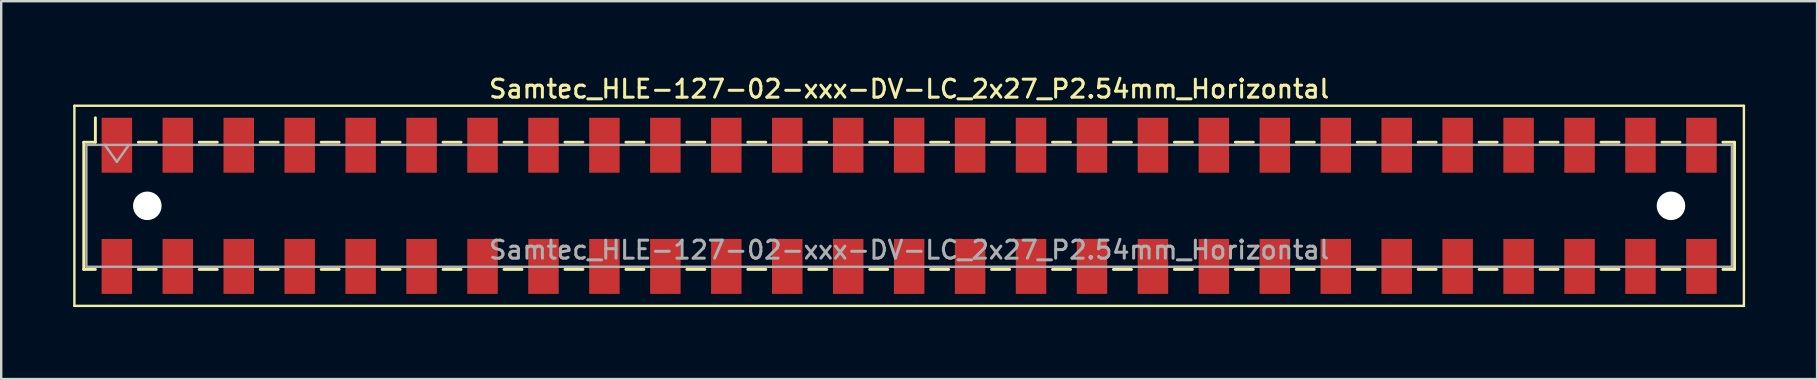
<source format=kicad_pcb>
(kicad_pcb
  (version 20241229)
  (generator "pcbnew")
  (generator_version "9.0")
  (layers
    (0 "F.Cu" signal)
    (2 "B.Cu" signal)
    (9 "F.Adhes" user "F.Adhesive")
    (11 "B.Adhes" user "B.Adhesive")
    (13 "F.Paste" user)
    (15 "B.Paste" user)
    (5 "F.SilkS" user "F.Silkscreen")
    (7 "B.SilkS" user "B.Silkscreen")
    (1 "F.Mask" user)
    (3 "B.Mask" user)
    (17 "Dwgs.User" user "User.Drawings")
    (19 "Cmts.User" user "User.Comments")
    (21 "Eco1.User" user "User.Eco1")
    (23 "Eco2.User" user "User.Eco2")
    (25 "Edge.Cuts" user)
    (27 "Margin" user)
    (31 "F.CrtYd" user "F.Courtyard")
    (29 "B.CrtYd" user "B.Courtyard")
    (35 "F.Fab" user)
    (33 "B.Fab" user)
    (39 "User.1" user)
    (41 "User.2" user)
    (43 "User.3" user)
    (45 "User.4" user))
  (footprint "Samtec_HLE-127-02-xxx-DV-LC_2x27_P2.54mm_Horizontal"
    (layer "F.Cu")
    (at 34.84 5.528)
    (property "Reference" "Samtec_HLE-127-02-xxx-DV-LC_2x27_P2.54mm_Horizontal" (at 0 -4.87 0) (layer "F.SilkS") (effects (font (size 0.75 0.75) (thickness 0.125))))
    (attr smd)
    (fp_line (start -34.79 -4.17) (end 34.79 -4.17) (stroke (width 0.1) (type solid)) (layer "F.SilkS"))
    (fp_line (start -34.79 4.17) (end -34.79 -4.17) (stroke (width 0.1) (type solid)) (layer "F.SilkS"))
    (fp_line (start -34.4 -2.65) (end -34.4 2.65) (stroke (width 0.12) (type solid)) (layer "F.SilkS"))
    (fp_line (start -34.4 2.65) (end -33.915 2.65) (stroke (width 0.12) (type solid)) (layer "F.SilkS"))
    (fp_line (start -33.915 -3.67) (end -33.915 -2.65) (stroke (width 0.12) (type solid)) (layer "F.SilkS"))
    (fp_line (start -33.915 -2.65) (end -34.4 -2.65) (stroke (width 0.12) (type solid)) (layer "F.SilkS"))
    (fp_line (start -32.125 -2.65) (end -31.375 -2.65) (stroke (width 0.12) (type solid)) (layer "F.SilkS"))
    (fp_line (start -32.125 2.65) (end -31.375 2.65) (stroke (width 0.12) (type solid)) (layer "F.SilkS"))
    (fp_line (start -29.585 -2.65) (end -28.835 -2.65) (stroke (width 0.12) (type solid)) (layer "F.SilkS"))
    (fp_line (start -29.585 2.65) (end -28.835 2.65) (stroke (width 0.12) (type solid)) (layer "F.SilkS"))
    (fp_line (start -27.045 -2.65) (end -26.295 -2.65) (stroke (width 0.12) (type solid)) (layer "F.SilkS"))
    (fp_line (start -27.045 2.65) (end -26.295 2.65) (stroke (width 0.12) (type solid)) (layer "F.SilkS"))
    (fp_line (start -24.505 -2.65) (end -23.755 -2.65) (stroke (width 0.12) (type solid)) (layer "F.SilkS"))
    (fp_line (start -24.505 2.65) (end -23.755 2.65) (stroke (width 0.12) (type solid)) (layer "F.SilkS"))
    (fp_line (start -21.965 -2.65) (end -21.215 -2.65) (stroke (width 0.12) (type solid)) (layer "F.SilkS"))
    (fp_line (start -21.965 2.65) (end -21.215 2.65) (stroke (width 0.12) (type solid)) (layer "F.SilkS"))
    (fp_line (start -19.425 -2.65) (end -18.675 -2.65) (stroke (width 0.12) (type solid)) (layer "F.SilkS"))
    (fp_line (start -19.425 2.65) (end -18.675 2.65) (stroke (width 0.12) (type solid)) (layer "F.SilkS"))
    (fp_line (start -16.885 -2.65) (end -16.135 -2.65) (stroke (width 0.12) (type solid)) (layer "F.SilkS"))
    (fp_line (start -16.885 2.65) (end -16.135 2.65) (stroke (width 0.12) (type solid)) (layer "F.SilkS"))
    (fp_line (start -14.345 -2.65) (end -13.595 -2.65) (stroke (width 0.12) (type solid)) (layer "F.SilkS"))
    (fp_line (start -14.345 2.65) (end -13.595 2.65) (stroke (width 0.12) (type solid)) (layer "F.SilkS"))
    (fp_line (start -11.805 -2.65) (end -11.055 -2.65) (stroke (width 0.12) (type solid)) (layer "F.SilkS"))
    (fp_line (start -11.805 2.65) (end -11.055 2.65) (stroke (width 0.12) (type solid)) (layer "F.SilkS"))
    (fp_line (start -9.265 -2.65) (end -8.515 -2.65) (stroke (width 0.12) (type solid)) (layer "F.SilkS"))
    (fp_line (start -9.265 2.65) (end -8.515 2.65) (stroke (width 0.12) (type solid)) (layer "F.SilkS"))
    (fp_line (start -6.725 -2.65) (end -5.975 -2.65) (stroke (width 0.12) (type solid)) (layer "F.SilkS"))
    (fp_line (start -6.725 2.65) (end -5.975 2.65) (stroke (width 0.12) (type solid)) (layer "F.SilkS"))
    (fp_line (start -4.185 -2.65) (end -3.435 -2.65) (stroke (width 0.12) (type solid)) (layer "F.SilkS"))
    (fp_line (start -4.185 2.65) (end -3.435 2.65) (stroke (width 0.12) (type solid)) (layer "F.SilkS"))
    (fp_line (start -1.645 -2.65) (end -0.895 -2.65) (stroke (width 0.12) (type solid)) (layer "F.SilkS"))
    (fp_line (start -1.645 2.65) (end -0.895 2.65) (stroke (width 0.12) (type solid)) (layer "F.SilkS"))
    (fp_line (start 0.895 -2.65) (end 1.645 -2.65) (stroke (width 0.12) (type solid)) (layer "F.SilkS"))
    (fp_line (start 0.895 2.65) (end 1.645 2.65) (stroke (width 0.12) (type solid)) (layer "F.SilkS"))
    (fp_line (start 3.435 -2.65) (end 4.185 -2.65) (stroke (width 0.12) (type solid)) (layer "F.SilkS"))
    (fp_line (start 3.435 2.65) (end 4.185 2.65) (stroke (width 0.12) (type solid)) (layer "F.SilkS"))
    (fp_line (start 5.975 -2.65) (end 6.725 -2.65) (stroke (width 0.12) (type solid)) (layer "F.SilkS"))
    (fp_line (start 5.975 2.65) (end 6.725 2.65) (stroke (width 0.12) (type solid)) (layer "F.SilkS"))
    (fp_line (start 8.515 -2.65) (end 9.265 -2.65) (stroke (width 0.12) (type solid)) (layer "F.SilkS"))
    (fp_line (start 8.515 2.65) (end 9.265 2.65) (stroke (width 0.12) (type solid)) (layer "F.SilkS"))
    (fp_line (start 11.055 -2.65) (end 11.805 -2.65) (stroke (width 0.12) (type solid)) (layer "F.SilkS"))
    (fp_line (start 11.055 2.65) (end 11.805 2.65) (stroke (width 0.12) (type solid)) (layer "F.SilkS"))
    (fp_line (start 13.595 -2.65) (end 14.345 -2.65) (stroke (width 0.12) (type solid)) (layer "F.SilkS"))
    (fp_line (start 13.595 2.65) (end 14.345 2.65) (stroke (width 0.12) (type solid)) (layer "F.SilkS"))
    (fp_line (start 16.135 -2.65) (end 16.885 -2.65) (stroke (width 0.12) (type solid)) (layer "F.SilkS"))
    (fp_line (start 16.135 2.65) (end 16.885 2.65) (stroke (width 0.12) (type solid)) (layer "F.SilkS"))
    (fp_line (start 18.675 -2.65) (end 19.425 -2.65) (stroke (width 0.12) (type solid)) (layer "F.SilkS"))
    (fp_line (start 18.675 2.65) (end 19.425 2.65) (stroke (width 0.12) (type solid)) (layer "F.SilkS"))
    (fp_line (start 21.215 -2.65) (end 21.965 -2.65) (stroke (width 0.12) (type solid)) (layer "F.SilkS"))
    (fp_line (start 21.215 2.65) (end 21.965 2.65) (stroke (width 0.12) (type solid)) (layer "F.SilkS"))
    (fp_line (start 23.755 -2.65) (end 24.505 -2.65) (stroke (width 0.12) (type solid)) (layer "F.SilkS"))
    (fp_line (start 23.755 2.65) (end 24.505 2.65) (stroke (width 0.12) (type solid)) (layer "F.SilkS"))
    (fp_line (start 26.295 -2.65) (end 27.045 -2.65) (stroke (width 0.12) (type solid)) (layer "F.SilkS"))
    (fp_line (start 26.295 2.65) (end 27.045 2.65) (stroke (width 0.12) (type solid)) (layer "F.SilkS"))
    (fp_line (start 28.835 -2.65) (end 29.585 -2.65) (stroke (width 0.12) (type solid)) (layer "F.SilkS"))
    (fp_line (start 28.835 2.65) (end 29.585 2.65) (stroke (width 0.12) (type solid)) (layer "F.SilkS"))
    (fp_line (start 31.375 -2.65) (end 32.125 -2.65) (stroke (width 0.12) (type solid)) (layer "F.SilkS"))
    (fp_line (start 31.375 2.65) (end 32.125 2.65) (stroke (width 0.12) (type solid)) (layer "F.SilkS"))
    (fp_line (start 33.915 -2.65) (end 34.4 -2.65) (stroke (width 0.12) (type solid)) (layer "F.SilkS"))
    (fp_line (start 34.4 -2.65) (end 34.4 2.65) (stroke (width 0.12) (type solid)) (layer "F.SilkS"))
    (fp_line (start 34.4 2.65) (end 33.915 2.65) (stroke (width 0.12) (type solid)) (layer "F.SilkS"))
    (fp_line (start 34.79 -4.17) (end 34.79 4.17) (stroke (width 0.1) (type solid)) (layer "F.SilkS"))
    (fp_line (start 34.79 4.17) (end -34.79 4.17) (stroke (width 0.1) (type solid)) (layer "F.SilkS"))
    (fp_line (start -34.29 -2.54) (end 34.29 -2.54) (stroke (width 0.1) (type solid)) (layer "F.Fab"))
    (fp_line (start -34.29 2.54) (end -34.29 -2.54) (stroke (width 0.1) (type solid)) (layer "F.Fab"))
    (fp_line (start -33.52 -2.54) (end -33.02 -1.833) (stroke (width 0.1) (type solid)) (layer "F.Fab"))
    (fp_line (start -33.02 -1.833) (end -32.52 -2.54) (stroke (width 0.1) (type solid)) (layer "F.Fab"))
    (fp_line (start 34.29 -2.54) (end 34.29 2.54) (stroke (width 0.1) (type solid)) (layer "F.Fab"))
    (fp_line (start 34.29 2.54) (end -34.29 2.54) (stroke (width 0.1) (type solid)) (layer "F.Fab"))
    (fp_text user "${REFERENCE}" (at 0 1.84 0) (layer "F.Fab") (effects (font (size 0.75 0.75) (thickness 0.125))))
    (pad "" np_thru_hole circle (at -31.75 0) (size 1.19 1.19) (drill 1.19) (layers "*.Cu" "*.Mask"))
    (pad "" np_thru_hole circle (at 31.75 0) (size 1.19 1.19) (drill 1.19) (layers "*.Cu" "*.Mask"))
    (pad "1" smd rect (at -33.02 -2.525) (size 1.27 2.29) (layers "F.Cu" "F.Mask" "F.Paste"))
    (pad "2" smd rect (at -33.02 2.525) (size 1.27 2.29) (layers "F.Cu" "F.Mask" "F.Paste"))
    (pad "3" smd rect (at -30.48 -2.525) (size 1.27 2.29) (layers "F.Cu" "F.Mask" "F.Paste"))
    (pad "4" smd rect (at -30.48 2.525) (size 1.27 2.29) (layers "F.Cu" "F.Mask" "F.Paste"))
    (pad "5" smd rect (at -27.94 -2.525) (size 1.27 2.29) (layers "F.Cu" "F.Mask" "F.Paste"))
    (pad "6" smd rect (at -27.94 2.525) (size 1.27 2.29) (layers "F.Cu" "F.Mask" "F.Paste"))
    (pad "7" smd rect (at -25.4 -2.525) (size 1.27 2.29) (layers "F.Cu" "F.Mask" "F.Paste"))
    (pad "8" smd rect (at -25.4 2.525) (size 1.27 2.29) (layers "F.Cu" "F.Mask" "F.Paste"))
    (pad "9" smd rect (at -22.86 -2.525) (size 1.27 2.29) (layers "F.Cu" "F.Mask" "F.Paste"))
    (pad "10" smd rect (at -22.86 2.525) (size 1.27 2.29) (layers "F.Cu" "F.Mask" "F.Paste"))
    (pad "11" smd rect (at -20.32 -2.525) (size 1.27 2.29) (layers "F.Cu" "F.Mask" "F.Paste"))
    (pad "12" smd rect (at -20.32 2.525) (size 1.27 2.29) (layers "F.Cu" "F.Mask" "F.Paste"))
    (pad "13" smd rect (at -17.78 -2.525) (size 1.27 2.29) (layers "F.Cu" "F.Mask" "F.Paste"))
    (pad "14" smd rect (at -17.78 2.525) (size 1.27 2.29) (layers "F.Cu" "F.Mask" "F.Paste"))
    (pad "15" smd rect (at -15.24 -2.525) (size 1.27 2.29) (layers "F.Cu" "F.Mask" "F.Paste"))
    (pad "16" smd rect (at -15.24 2.525) (size 1.27 2.29) (layers "F.Cu" "F.Mask" "F.Paste"))
    (pad "17" smd rect (at -12.7 -2.525) (size 1.27 2.29) (layers "F.Cu" "F.Mask" "F.Paste"))
    (pad "18" smd rect (at -12.7 2.525) (size 1.27 2.29) (layers "F.Cu" "F.Mask" "F.Paste"))
    (pad "19" smd rect (at -10.16 -2.525) (size 1.27 2.29) (layers "F.Cu" "F.Mask" "F.Paste"))
    (pad "20" smd rect (at -10.16 2.525) (size 1.27 2.29) (layers "F.Cu" "F.Mask" "F.Paste"))
    (pad "21" smd rect (at -7.62 -2.525) (size 1.27 2.29) (layers "F.Cu" "F.Mask" "F.Paste"))
    (pad "22" smd rect (at -7.62 2.525) (size 1.27 2.29) (layers "F.Cu" "F.Mask" "F.Paste"))
    (pad "23" smd rect (at -5.08 -2.525) (size 1.27 2.29) (layers "F.Cu" "F.Mask" "F.Paste"))
    (pad "24" smd rect (at -5.08 2.525) (size 1.27 2.29) (layers "F.Cu" "F.Mask" "F.Paste"))
    (pad "25" smd rect (at -2.54 -2.525) (size 1.27 2.29) (layers "F.Cu" "F.Mask" "F.Paste"))
    (pad "26" smd rect (at -2.54 2.525) (size 1.27 2.29) (layers "F.Cu" "F.Mask" "F.Paste"))
    (pad "27" smd rect (at 0 -2.525) (size 1.27 2.29) (layers "F.Cu" "F.Mask" "F.Paste"))
    (pad "28" smd rect (at 0 2.525) (size 1.27 2.29) (layers "F.Cu" "F.Mask" "F.Paste"))
    (pad "29" smd rect (at 2.54 -2.525) (size 1.27 2.29) (layers "F.Cu" "F.Mask" "F.Paste"))
    (pad "30" smd rect (at 2.54 2.525) (size 1.27 2.29) (layers "F.Cu" "F.Mask" "F.Paste"))
    (pad "31" smd rect (at 5.08 -2.525) (size 1.27 2.29) (layers "F.Cu" "F.Mask" "F.Paste"))
    (pad "32" smd rect (at 5.08 2.525) (size 1.27 2.29) (layers "F.Cu" "F.Mask" "F.Paste"))
    (pad "33" smd rect (at 7.62 -2.525) (size 1.27 2.29) (layers "F.Cu" "F.Mask" "F.Paste"))
    (pad "34" smd rect (at 7.62 2.525) (size 1.27 2.29) (layers "F.Cu" "F.Mask" "F.Paste"))
    (pad "35" smd rect (at 10.16 -2.525) (size 1.27 2.29) (layers "F.Cu" "F.Mask" "F.Paste"))
    (pad "36" smd rect (at 10.16 2.525) (size 1.27 2.29) (layers "F.Cu" "F.Mask" "F.Paste"))
    (pad "37" smd rect (at 12.7 -2.525) (size 1.27 2.29) (layers "F.Cu" "F.Mask" "F.Paste"))
    (pad "38" smd rect (at 12.7 2.525) (size 1.27 2.29) (layers "F.Cu" "F.Mask" "F.Paste"))
    (pad "39" smd rect (at 15.24 -2.525) (size 1.27 2.29) (layers "F.Cu" "F.Mask" "F.Paste"))
    (pad "40" smd rect (at 15.24 2.525) (size 1.27 2.29) (layers "F.Cu" "F.Mask" "F.Paste"))
    (pad "41" smd rect (at 17.78 -2.525) (size 1.27 2.29) (layers "F.Cu" "F.Mask" "F.Paste"))
    (pad "42" smd rect (at 17.78 2.525) (size 1.27 2.29) (layers "F.Cu" "F.Mask" "F.Paste"))
    (pad "43" smd rect (at 20.32 -2.525) (size 1.27 2.29) (layers "F.Cu" "F.Mask" "F.Paste"))
    (pad "44" smd rect (at 20.32 2.525) (size 1.27 2.29) (layers "F.Cu" "F.Mask" "F.Paste"))
    (pad "45" smd rect (at 22.86 -2.525) (size 1.27 2.29) (layers "F.Cu" "F.Mask" "F.Paste"))
    (pad "46" smd rect (at 22.86 2.525) (size 1.27 2.29) (layers "F.Cu" "F.Mask" "F.Paste"))
    (pad "47" smd rect (at 25.4 -2.525) (size 1.27 2.29) (layers "F.Cu" "F.Mask" "F.Paste"))
    (pad "48" smd rect (at 25.4 2.525) (size 1.27 2.29) (layers "F.Cu" "F.Mask" "F.Paste"))
    (pad "49" smd rect (at 27.94 -2.525) (size 1.27 2.29) (layers "F.Cu" "F.Mask" "F.Paste"))
    (pad "50" smd rect (at 27.94 2.525) (size 1.27 2.29) (layers "F.Cu" "F.Mask" "F.Paste"))
    (pad "51" smd rect (at 30.48 -2.525) (size 1.27 2.29) (layers "F.Cu" "F.Mask" "F.Paste"))
    (pad "52" smd rect (at 30.48 2.525) (size 1.27 2.29) (layers "F.Cu" "F.Mask" "F.Paste"))
    (pad "53" smd rect (at 33.02 -2.525) (size 1.27 2.29) (layers "F.Cu" "F.Mask" "F.Paste"))
    (pad "54" smd rect (at 33.02 2.525) (size 1.27 2.29) (layers "F.Cu" "F.Mask" "F.Paste")))
  (gr_rect
    (start -3 -3)
    (end 72.68 12.748)
    (stroke (width 0.1) (type default))
    (fill no)
    (layer "Edge.Cuts")))
</source>
